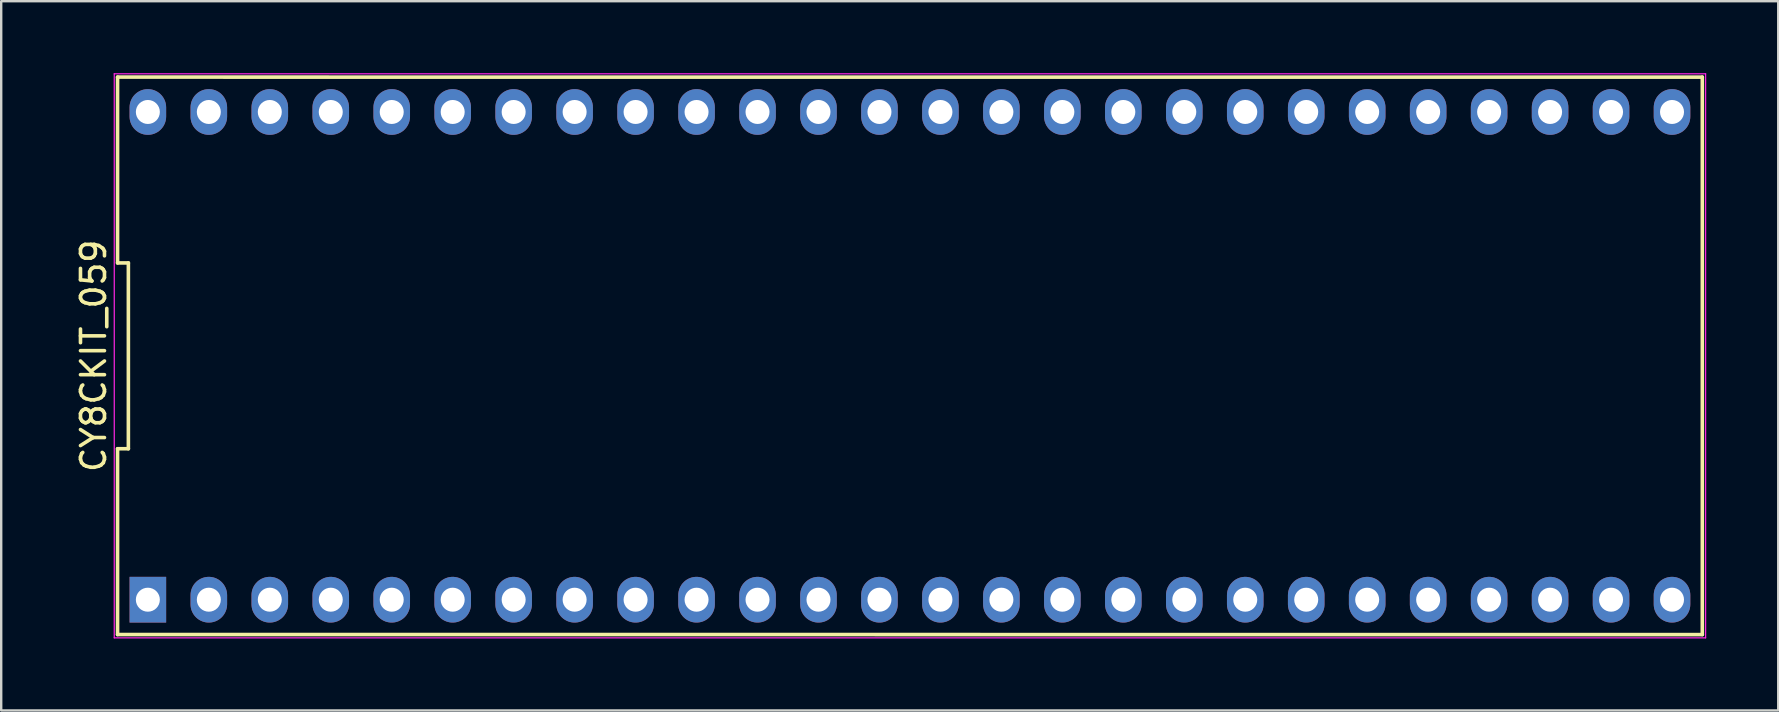
<source format=kicad_pcb>
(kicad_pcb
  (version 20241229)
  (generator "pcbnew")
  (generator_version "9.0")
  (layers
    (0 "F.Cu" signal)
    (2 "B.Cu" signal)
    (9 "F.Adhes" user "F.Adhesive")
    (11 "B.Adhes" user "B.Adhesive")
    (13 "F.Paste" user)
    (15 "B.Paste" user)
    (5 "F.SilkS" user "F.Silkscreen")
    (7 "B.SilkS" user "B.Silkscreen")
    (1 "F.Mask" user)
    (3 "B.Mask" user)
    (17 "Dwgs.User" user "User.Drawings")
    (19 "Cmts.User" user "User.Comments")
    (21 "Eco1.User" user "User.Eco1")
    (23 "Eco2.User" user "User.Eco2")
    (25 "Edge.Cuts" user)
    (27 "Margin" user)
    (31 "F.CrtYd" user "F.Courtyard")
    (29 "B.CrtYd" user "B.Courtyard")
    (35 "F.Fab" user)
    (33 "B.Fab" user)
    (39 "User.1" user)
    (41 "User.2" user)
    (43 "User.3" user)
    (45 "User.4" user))
  (footprint "CY8CKIT_059"
    (layer "F.Cu")
    (at 34.86 11.775)
    (property "Reference" "CY8CKIT_059" (at -34.012 0 90) (layer "F.SilkS") (effects (font (size 1 1) (thickness 0.15))))
    (attr through_hole)
    (fp_line (start -33.012 -11.613) (end -33.012 -3.871) (stroke (width 0.15) (type solid)) (layer "F.SilkS"))
    (fp_line (start -33.012 -3.871) (end -32.562 -3.871) (stroke (width 0.15) (type solid)) (layer "F.SilkS"))
    (fp_line (start -33.012 3.871) (end -33.012 11.612) (stroke (width 0.15) (type solid)) (layer "F.SilkS"))
    (fp_line (start -33.012 11.612) (end 33.012 11.613) (stroke (width 0.15) (type solid)) (layer "F.SilkS"))
    (fp_line (start -32.562 -3.871) (end -32.562 3.871) (stroke (width 0.15) (type solid)) (layer "F.SilkS"))
    (fp_line (start -32.562 3.871) (end -33.012 3.871) (stroke (width 0.15) (type solid)) (layer "F.SilkS"))
    (fp_line (start 33.012 -11.612) (end -33.012 -11.613) (stroke (width 0.15) (type solid)) (layer "F.SilkS"))
    (fp_line (start 33.012 11.613) (end 33.012 -11.612) (stroke (width 0.15) (type solid)) (layer "F.SilkS"))
    (fp_line (start -33.15 -11.75) (end 33.15 -11.75) (stroke (width 0.05) (type solid)) (layer "F.CrtYd"))
    (fp_line (start -33.15 11.75) (end -33.15 -11.75) (stroke (width 0.05) (type solid)) (layer "F.CrtYd"))
    (fp_line (start 33.15 -11.75) (end 33.15 11.75) (stroke (width 0.05) (type solid)) (layer "F.CrtYd"))
    (fp_line (start 33.15 11.75) (end -33.15 11.75) (stroke (width 0.05) (type solid)) (layer "F.CrtYd"))
    (pad "1" thru_hole rect (at -31.75 10.16) (size 1.524 1.905) (drill 1) (layers "*.Cu" "*.Mask"))
    (pad "2" thru_hole oval (at -29.21 10.16) (size 1.524 1.905) (drill 1) (layers "*.Cu" "*.Mask"))
    (pad "3" thru_hole oval (at -26.67 10.16) (size 1.524 1.905) (drill 1) (layers "*.Cu" "*.Mask"))
    (pad "4" thru_hole oval (at -24.13 10.16) (size 1.524 1.905) (drill 1) (layers "*.Cu" "*.Mask"))
    (pad "5" thru_hole oval (at -21.59 10.16) (size 1.524 1.905) (drill 1) (layers "*.Cu" "*.Mask"))
    (pad "6" thru_hole oval (at -19.05 10.16) (size 1.524 1.905) (drill 1) (layers "*.Cu" "*.Mask"))
    (pad "7" thru_hole oval (at -16.51 10.16) (size 1.524 1.905) (drill 1) (layers "*.Cu" "*.Mask"))
    (pad "8" thru_hole oval (at -13.97 10.16) (size 1.524 1.905) (drill 1) (layers "*.Cu" "*.Mask"))
    (pad "9" thru_hole oval (at -11.43 10.16) (size 1.524 1.905) (drill 1) (layers "*.Cu" "*.Mask"))
    (pad "10" thru_hole oval (at -8.89 10.16) (size 1.524 1.905) (drill 1) (layers "*.Cu" "*.Mask"))
    (pad "11" thru_hole oval (at -6.35 10.16) (size 1.524 1.905) (drill 1) (layers "*.Cu" "*.Mask"))
    (pad "12" thru_hole oval (at -3.81 10.16) (size 1.524 1.905) (drill 1) (layers "*.Cu" "*.Mask"))
    (pad "13" thru_hole oval (at -1.27 10.16) (size 1.524 1.905) (drill 1) (layers "*.Cu" "*.Mask"))
    (pad "14" thru_hole oval (at 1.27 10.16) (size 1.524 1.905) (drill 1) (layers "*.Cu" "*.Mask"))
    (pad "15" thru_hole oval (at 3.81 10.16) (size 1.524 1.905) (drill 1) (layers "*.Cu" "*.Mask"))
    (pad "16" thru_hole oval (at 6.35 10.16) (size 1.524 1.905) (drill 1) (layers "*.Cu" "*.Mask"))
    (pad "17" thru_hole oval (at 8.89 10.16) (size 1.524 1.905) (drill 1) (layers "*.Cu" "*.Mask"))
    (pad "18" thru_hole oval (at 11.43 10.16) (size 1.524 1.905) (drill 1) (layers "*.Cu" "*.Mask"))
    (pad "19" thru_hole oval (at 13.97 10.16) (size 1.524 1.905) (drill 1) (layers "*.Cu" "*.Mask"))
    (pad "20" thru_hole oval (at 16.51 10.16) (size 1.524 1.905) (drill 1) (layers "*.Cu" "*.Mask"))
    (pad "21" thru_hole oval (at 19.05 10.16) (size 1.524 1.905) (drill 1) (layers "*.Cu" "*.Mask"))
    (pad "22" thru_hole oval (at 21.59 10.16) (size 1.524 1.905) (drill 1) (layers "*.Cu" "*.Mask"))
    (pad "23" thru_hole oval (at 24.13 10.16) (size 1.524 1.905) (drill 1) (layers "*.Cu" "*.Mask"))
    (pad "24" thru_hole oval (at 26.67 10.16) (size 1.524 1.905) (drill 1) (layers "*.Cu" "*.Mask"))
    (pad "25" thru_hole oval (at 29.21 10.16) (size 1.524 1.905) (drill 1) (layers "*.Cu" "*.Mask"))
    (pad "26" thru_hole oval (at 31.75 10.16) (size 1.524 1.905) (drill 1) (layers "*.Cu" "*.Mask"))
    (pad "27" thru_hole oval (at 31.75 -10.16) (size 1.524 1.905) (drill 1) (layers "*.Cu" "*.Mask"))
    (pad "28" thru_hole oval (at 29.21 -10.16) (size 1.524 1.905) (drill 1) (layers "*.Cu" "*.Mask"))
    (pad "29" thru_hole oval (at 26.67 -10.16) (size 1.524 1.905) (drill 1) (layers "*.Cu" "*.Mask"))
    (pad "30" thru_hole oval (at 24.13 -10.16) (size 1.524 1.905) (drill 1) (layers "*.Cu" "*.Mask"))
    (pad "31" thru_hole oval (at 21.59 -10.16) (size 1.524 1.905) (drill 1) (layers "*.Cu" "*.Mask"))
    (pad "32" thru_hole oval (at 19.05 -10.16) (size 1.524 1.905) (drill 1) (layers "*.Cu" "*.Mask"))
    (pad "33" thru_hole oval (at 16.51 -10.16) (size 1.524 1.905) (drill 1) (layers "*.Cu" "*.Mask"))
    (pad "34" thru_hole oval (at 13.97 -10.16) (size 1.524 1.905) (drill 1) (layers "*.Cu" "*.Mask"))
    (pad "35" thru_hole oval (at 11.43 -10.16) (size 1.524 1.905) (drill 1) (layers "*.Cu" "*.Mask"))
    (pad "36" thru_hole oval (at 8.89 -10.16) (size 1.524 1.905) (drill 1) (layers "*.Cu" "*.Mask"))
    (pad "37" thru_hole oval (at 6.35 -10.16) (size 1.524 1.905) (drill 1) (layers "*.Cu" "*.Mask"))
    (pad "38" thru_hole oval (at 3.81 -10.16) (size 1.524 1.905) (drill 1) (layers "*.Cu" "*.Mask"))
    (pad "39" thru_hole oval (at 1.27 -10.16) (size 1.524 1.905) (drill 1) (layers "*.Cu" "*.Mask"))
    (pad "40" thru_hole oval (at -1.27 -10.16) (size 1.524 1.905) (drill 1) (layers "*.Cu" "*.Mask"))
    (pad "41" thru_hole oval (at -3.81 -10.16) (size 1.524 1.905) (drill 1) (layers "*.Cu" "*.Mask"))
    (pad "42" thru_hole oval (at -6.35 -10.16) (size 1.524 1.905) (drill 1) (layers "*.Cu" "*.Mask"))
    (pad "43" thru_hole oval (at -8.89 -10.16) (size 1.524 1.905) (drill 1) (layers "*.Cu" "*.Mask"))
    (pad "44" thru_hole oval (at -11.43 -10.16) (size 1.524 1.905) (drill 1) (layers "*.Cu" "*.Mask"))
    (pad "45" thru_hole oval (at -13.97 -10.16) (size 1.524 1.905) (drill 1) (layers "*.Cu" "*.Mask"))
    (pad "46" thru_hole oval (at -16.51 -10.16) (size 1.524 1.905) (drill 1) (layers "*.Cu" "*.Mask"))
    (pad "47" thru_hole oval (at -19.05 -10.16) (size 1.524 1.905) (drill 1) (layers "*.Cu" "*.Mask"))
    (pad "48" thru_hole oval (at -21.59 -10.16) (size 1.524 1.905) (drill 1) (layers "*.Cu" "*.Mask"))
    (pad "49" thru_hole oval (at -24.13 -10.16) (size 1.524 1.905) (drill 1) (layers "*.Cu" "*.Mask"))
    (pad "50" thru_hole oval (at -26.67 -10.16) (size 1.524 1.905) (drill 1) (layers "*.Cu" "*.Mask"))
    (pad "51" thru_hole oval (at -29.21 -10.16) (size 1.524 1.905) (drill 1) (layers "*.Cu" "*.Mask"))
    (pad "52" thru_hole oval (at -31.75 -10.16) (size 1.524 1.905) (drill 1) (layers "*.Cu" "*.Mask")))
  (gr_rect
    (start -3 -3)
    (end 71.035 26.55)
    (stroke (width 0.1) (type default))
    (fill no)
    (layer "Edge.Cuts")))
</source>
